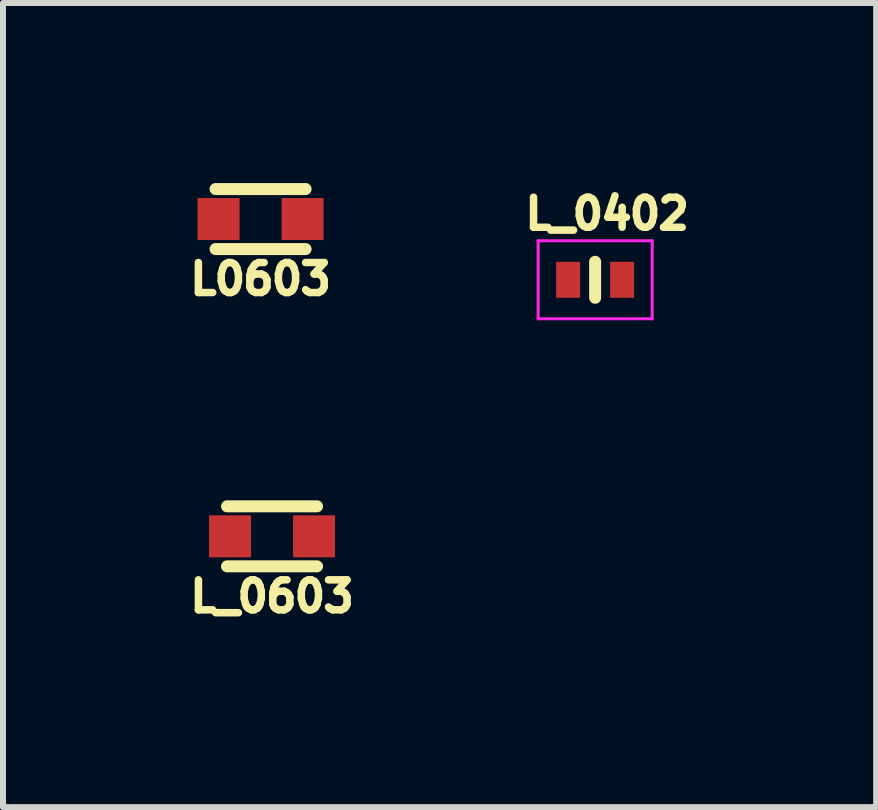
<source format=kicad_pcb>
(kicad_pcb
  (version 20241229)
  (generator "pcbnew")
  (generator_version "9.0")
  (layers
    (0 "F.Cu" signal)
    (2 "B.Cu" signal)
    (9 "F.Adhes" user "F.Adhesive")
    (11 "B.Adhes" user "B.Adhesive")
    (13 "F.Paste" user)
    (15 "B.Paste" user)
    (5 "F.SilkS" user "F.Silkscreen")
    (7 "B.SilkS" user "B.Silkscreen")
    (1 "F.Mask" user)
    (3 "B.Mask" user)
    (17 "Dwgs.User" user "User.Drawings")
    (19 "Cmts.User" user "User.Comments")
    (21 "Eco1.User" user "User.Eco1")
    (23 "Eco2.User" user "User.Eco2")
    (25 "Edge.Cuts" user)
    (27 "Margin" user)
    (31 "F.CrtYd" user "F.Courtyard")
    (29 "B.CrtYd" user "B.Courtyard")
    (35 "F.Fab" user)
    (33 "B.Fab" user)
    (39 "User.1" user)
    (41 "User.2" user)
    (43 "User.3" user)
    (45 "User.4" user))
  (footprint "L_0402"
    (layer "F.Cu")
    (at 6.867 1.612)
    (property "Reference" "L_0402" (at 0.2 -1.1 0) (layer "F.SilkS") (effects (font (size 0.5 0.5) (thickness 0.125))))
    (attr smd)
    (fp_line (start 0 -0.3) (end 0 0.3) (stroke (width 0.2) (type solid)) (layer "F.SilkS"))
    (fp_line (start -0.95 -0.65) (end -0.95 0.65) (stroke (width 0.05) (type solid)) (layer "F.CrtYd"))
    (fp_line (start -0.95 -0.65) (end 0.95 -0.65) (stroke (width 0.05) (type solid)) (layer "F.CrtYd"))
    (fp_line (start -0.95 0.65) (end 0.95 0.65) (stroke (width 0.05) (type solid)) (layer "F.CrtYd"))
    (fp_line (start 0.95 -0.65) (end 0.95 0.65) (stroke (width 0.05) (type solid)) (layer "F.CrtYd"))
    (pad "1" smd rect (at -0.45 0) (size 0.4 0.6) (layers "F.Cu" "F.Mask" "F.Paste"))
    (pad "2" smd rect (at 0.45 0) (size 0.4 0.6) (layers "F.Cu" "F.Mask" "F.Paste")))
  (footprint "L0603"
    (layer "F.Cu")
    (at 1.292 0.6)
    (property "Reference" "L0603" (at 0 1 0) (layer "F.SilkS") (effects (font (size 0.5 0.5) (thickness 0.125))))
    (attr through_hole)
    (fp_line (start -0.75 -0.5) (end 0.75 -0.5) (stroke (width 0.2) (type solid)) (layer "F.SilkS"))
    (fp_line (start -0.75 0.5) (end 0.75 0.5) (stroke (width 0.2) (type solid)) (layer "F.SilkS"))
    (pad "1" smd rect (at -0.7 0) (size 0.7 0.7) (layers "F.Cu" "F.Mask" "F.Paste"))
    (pad "2" smd rect (at 0.7 0) (size 0.7 0.7) (layers "F.Cu" "F.Mask" "F.Paste")))
  (footprint "L_0603"
    (layer "F.Cu")
    (at 1.483 5.887)
    (property "Reference" "L_0603" (at 0 1 0) (layer "F.SilkS") (effects (font (size 0.5 0.5) (thickness 0.125))))
    (attr through_hole)
    (fp_line (start -0.75 -0.5) (end 0.75 -0.5) (stroke (width 0.2) (type solid)) (layer "F.SilkS"))
    (fp_line (start -0.75 0.5) (end 0.75 0.5) (stroke (width 0.2) (type solid)) (layer "F.SilkS"))
    (pad "1" smd rect (at -0.7 0) (size 0.7 0.7) (layers "F.Cu" "F.Mask" "F.Paste"))
    (pad "2" smd rect (at 0.7 0) (size 0.7 0.7) (layers "F.Cu" "F.Mask" "F.Paste")))
  (gr_rect
    (start -3 -3)
    (end 11.55 10.399)
    (stroke (width 0.1) (type default))
    (fill no)
    (layer "Edge.Cuts")))
</source>
